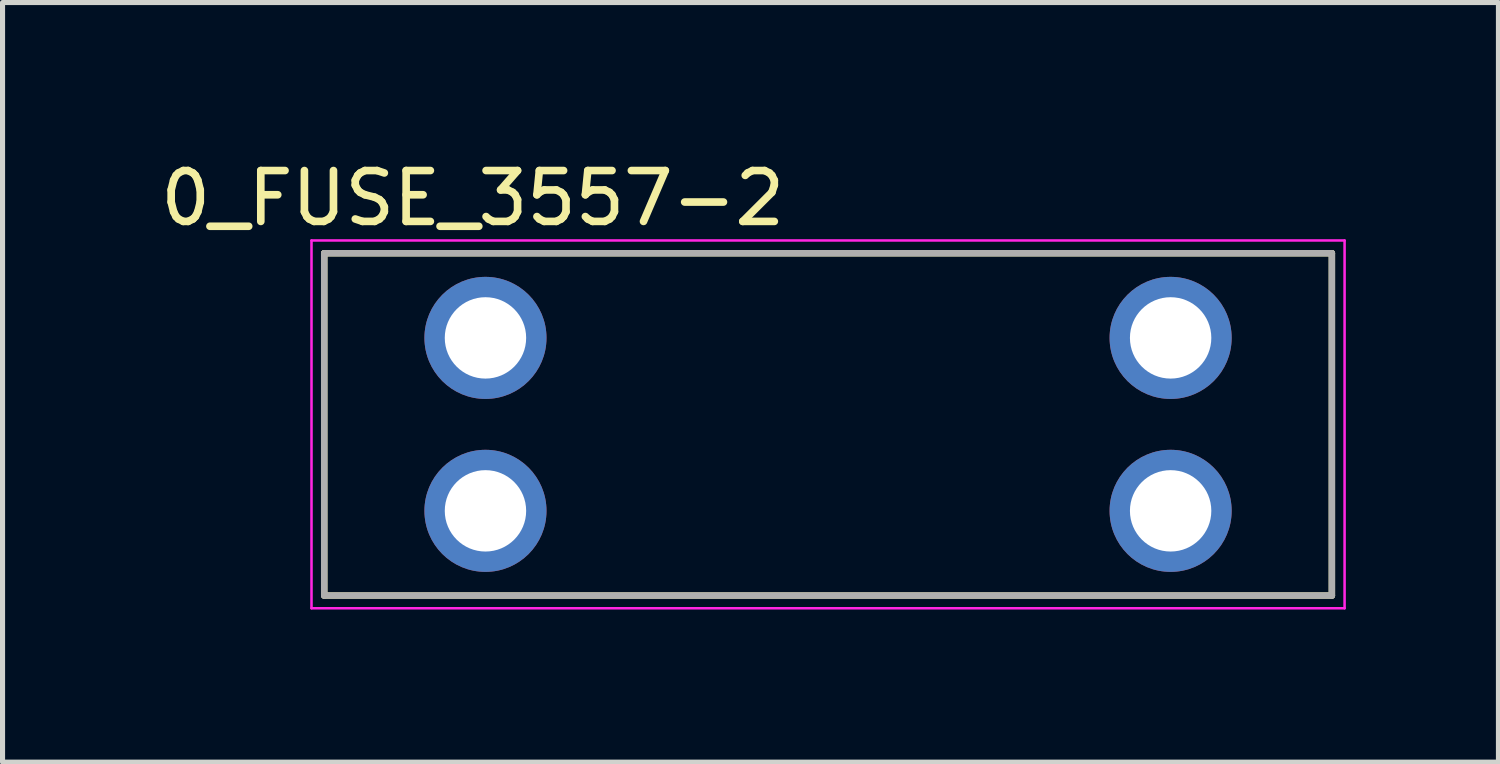
<source format=kicad_pcb>
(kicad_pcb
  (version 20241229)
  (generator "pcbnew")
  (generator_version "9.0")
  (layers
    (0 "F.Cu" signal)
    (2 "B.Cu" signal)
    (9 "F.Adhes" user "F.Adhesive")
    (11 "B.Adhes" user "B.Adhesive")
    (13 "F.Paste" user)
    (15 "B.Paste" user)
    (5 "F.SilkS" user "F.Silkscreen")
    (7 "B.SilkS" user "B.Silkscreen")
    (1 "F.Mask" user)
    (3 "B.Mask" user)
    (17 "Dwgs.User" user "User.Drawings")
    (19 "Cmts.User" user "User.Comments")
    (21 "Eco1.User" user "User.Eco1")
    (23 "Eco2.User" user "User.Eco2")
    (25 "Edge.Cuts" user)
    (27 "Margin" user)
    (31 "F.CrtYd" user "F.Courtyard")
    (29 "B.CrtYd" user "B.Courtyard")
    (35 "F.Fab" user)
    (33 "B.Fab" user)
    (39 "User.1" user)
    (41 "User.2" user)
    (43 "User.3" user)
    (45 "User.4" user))
  (footprint "0_FUSE_3557-2"
    (layer "F.Cu")
    (at 13.229 5.293)
    (property "Reference" "0_FUSE_3557-2" (at -6.985 -4.445 0) (layer "F.SilkS") (effects (font (size 1 1) (thickness 0.15))))
    (attr through_hole)
    (fp_line (start -9.905 -3.365) (end -9.905 3.365) (stroke (width 0.127) (type solid)) (layer "F.SilkS"))
    (fp_line (start -9.905 3.365) (end 9.905 3.365) (stroke (width 0.127) (type solid)) (layer "F.SilkS"))
    (fp_line (start 9.905 -3.365) (end -9.905 -3.365) (stroke (width 0.127) (type solid)) (layer "F.SilkS"))
    (fp_line (start 9.905 3.365) (end 9.905 -3.365) (stroke (width 0.127) (type solid)) (layer "F.SilkS"))
    (fp_line (start -10.155 -3.615) (end 10.155 -3.615) (stroke (width 0.05) (type solid)) (layer "F.CrtYd"))
    (fp_line (start -10.155 3.615) (end -10.155 -3.615) (stroke (width 0.05) (type solid)) (layer "F.CrtYd"))
    (fp_line (start 10.155 -3.615) (end 10.155 3.615) (stroke (width 0.05) (type solid)) (layer "F.CrtYd"))
    (fp_line (start 10.155 3.615) (end -10.155 3.615) (stroke (width 0.05) (type solid)) (layer "F.CrtYd"))
    (fp_line (start -9.905 -3.365) (end -9.905 3.365) (stroke (width 0.127) (type solid)) (layer "F.Fab"))
    (fp_line (start -9.905 3.365) (end 9.905 3.365) (stroke (width 0.127) (type solid)) (layer "F.Fab"))
    (fp_line (start 9.905 -3.365) (end -9.905 -3.365) (stroke (width 0.127) (type solid)) (layer "F.Fab"))
    (fp_line (start 9.905 3.365) (end 9.905 -3.365) (stroke (width 0.127) (type solid)) (layer "F.Fab"))
    (pad "1_1" thru_hole circle (at -6.735 -1.7) (size 2.4 2.4) (drill 1.6) (layers "*.Cu" "*.Mask"))
    (pad "1_2" thru_hole circle (at -6.735 1.7) (size 2.4 2.4) (drill 1.6) (layers "*.Cu" "*.Mask"))
    (pad "2_1" thru_hole circle (at 6.735 -1.7) (size 2.4 2.4) (drill 1.6) (layers "*.Cu" "*.Mask"))
    (pad "2_2" thru_hole circle (at 6.735 1.7) (size 2.4 2.4) (drill 1.6) (layers "*.Cu" "*.Mask")))
  (gr_rect
    (start -3 -3)
    (end 26.409 11.933)
    (stroke (width 0.1) (type default))
    (fill no)
    (layer "Edge.Cuts")))
</source>
